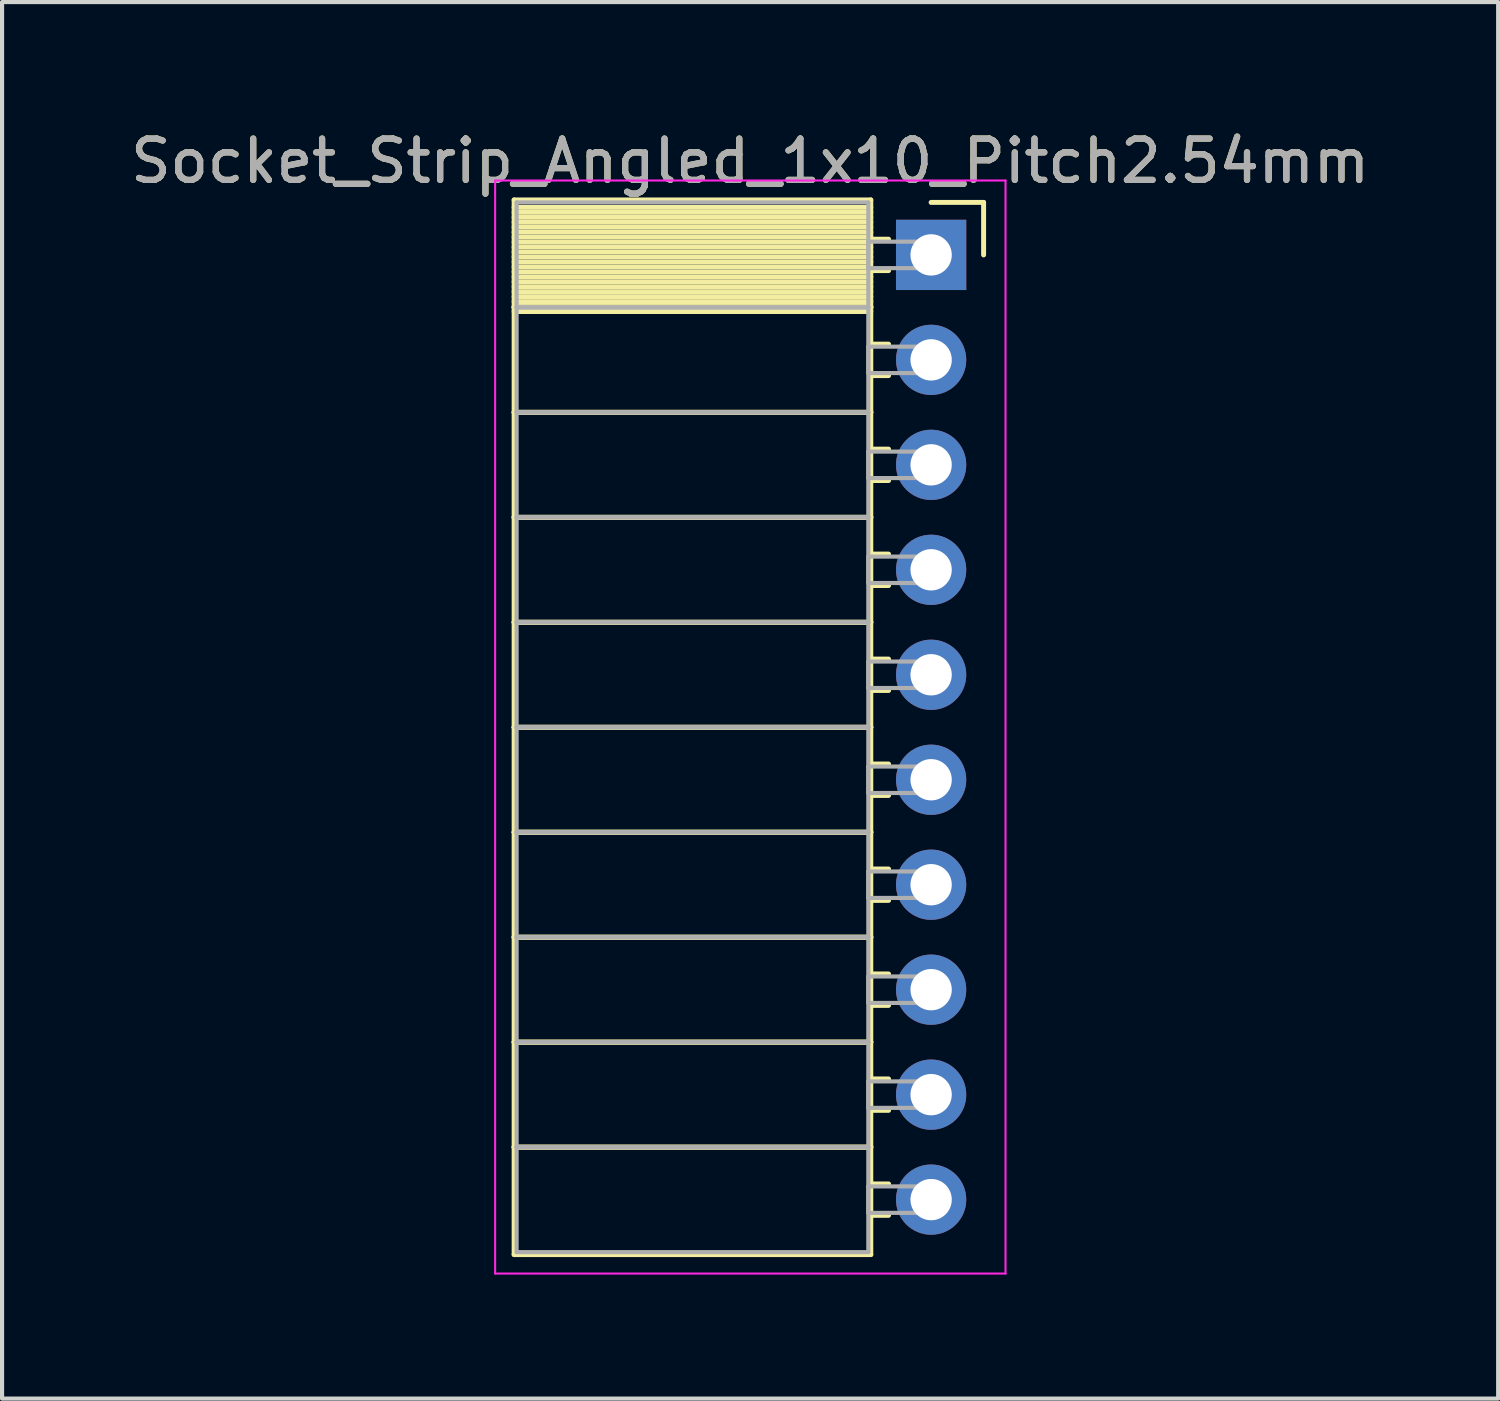
<source format=kicad_pcb>
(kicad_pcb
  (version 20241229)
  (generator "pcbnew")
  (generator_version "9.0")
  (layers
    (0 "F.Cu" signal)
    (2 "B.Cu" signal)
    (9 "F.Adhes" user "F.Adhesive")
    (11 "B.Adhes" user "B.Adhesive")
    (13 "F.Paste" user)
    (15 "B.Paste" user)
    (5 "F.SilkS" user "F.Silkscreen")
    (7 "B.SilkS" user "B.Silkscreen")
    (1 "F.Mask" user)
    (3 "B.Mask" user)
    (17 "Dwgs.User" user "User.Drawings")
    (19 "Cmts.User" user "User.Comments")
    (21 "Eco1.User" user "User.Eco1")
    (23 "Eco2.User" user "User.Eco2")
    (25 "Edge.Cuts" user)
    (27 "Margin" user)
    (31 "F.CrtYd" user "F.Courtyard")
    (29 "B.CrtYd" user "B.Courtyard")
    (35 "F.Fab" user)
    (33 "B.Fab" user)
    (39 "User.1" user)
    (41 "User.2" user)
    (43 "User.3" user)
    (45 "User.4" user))
  (footprint "Socket_Strip_Angled_1x10_Pitch2.54mm"
    (layer "F.Cu")
    (at 19.481 3.118)
    (property "Reference" "Socket_Strip_Angled_1x10_Pitch2.54mm" (at -4.38 -2.27 0) (layer "F.SilkS") (effects (font (size 1 1) (thickness 0.15))))
    (attr through_hole)
    (fp_line (start -10.09 -1.33) (end -1.46 -1.33) (stroke (width 0.12) (type solid)) (layer "F.SilkS"))
    (fp_line (start -10.09 1.27) (end -10.09 -1.33) (stroke (width 0.12) (type solid)) (layer "F.SilkS"))
    (fp_line (start -10.09 1.27) (end -1.46 1.27) (stroke (width 0.12) (type solid)) (layer "F.SilkS"))
    (fp_line (start -10.09 3.81) (end -10.09 1.27) (stroke (width 0.12) (type solid)) (layer "F.SilkS"))
    (fp_line (start -10.09 3.81) (end -1.46 3.81) (stroke (width 0.12) (type solid)) (layer "F.SilkS"))
    (fp_line (start -10.09 6.35) (end -10.09 3.81) (stroke (width 0.12) (type solid)) (layer "F.SilkS"))
    (fp_line (start -10.09 6.35) (end -1.46 6.35) (stroke (width 0.12) (type solid)) (layer "F.SilkS"))
    (fp_line (start -10.09 8.89) (end -10.09 6.35) (stroke (width 0.12) (type solid)) (layer "F.SilkS"))
    (fp_line (start -10.09 8.89) (end -1.46 8.89) (stroke (width 0.12) (type solid)) (layer "F.SilkS"))
    (fp_line (start -10.09 11.43) (end -10.09 8.89) (stroke (width 0.12) (type solid)) (layer "F.SilkS"))
    (fp_line (start -10.09 11.43) (end -1.46 11.43) (stroke (width 0.12) (type solid)) (layer "F.SilkS"))
    (fp_line (start -10.09 13.97) (end -10.09 11.43) (stroke (width 0.12) (type solid)) (layer "F.SilkS"))
    (fp_line (start -10.09 13.97) (end -1.46 13.97) (stroke (width 0.12) (type solid)) (layer "F.SilkS"))
    (fp_line (start -10.09 16.51) (end -10.09 13.97) (stroke (width 0.12) (type solid)) (layer "F.SilkS"))
    (fp_line (start -10.09 16.51) (end -1.46 16.51) (stroke (width 0.12) (type solid)) (layer "F.SilkS"))
    (fp_line (start -10.09 19.05) (end -10.09 16.51) (stroke (width 0.12) (type solid)) (layer "F.SilkS"))
    (fp_line (start -10.09 19.05) (end -1.46 19.05) (stroke (width 0.12) (type solid)) (layer "F.SilkS"))
    (fp_line (start -10.09 21.59) (end -10.09 19.05) (stroke (width 0.12) (type solid)) (layer "F.SilkS"))
    (fp_line (start -10.09 21.59) (end -1.46 21.59) (stroke (width 0.12) (type solid)) (layer "F.SilkS"))
    (fp_line (start -10.09 24.19) (end -10.09 21.59) (stroke (width 0.12) (type solid)) (layer "F.SilkS"))
    (fp_line (start -1.46 -1.33) (end -1.46 1.27) (stroke (width 0.12) (type solid)) (layer "F.SilkS"))
    (fp_line (start -1.46 -1.15) (end -10.09 -1.15) (stroke (width 0.12) (type solid)) (layer "F.SilkS"))
    (fp_line (start -1.46 -1.03) (end -10.09 -1.03) (stroke (width 0.12) (type solid)) (layer "F.SilkS"))
    (fp_line (start -1.46 -0.91) (end -10.09 -0.91) (stroke (width 0.12) (type solid)) (layer "F.SilkS"))
    (fp_line (start -1.46 -0.79) (end -10.09 -0.79) (stroke (width 0.12) (type solid)) (layer "F.SilkS"))
    (fp_line (start -1.46 -0.67) (end -10.09 -0.67) (stroke (width 0.12) (type solid)) (layer "F.SilkS"))
    (fp_line (start -1.46 -0.55) (end -10.09 -0.55) (stroke (width 0.12) (type solid)) (layer "F.SilkS"))
    (fp_line (start -1.46 -0.43) (end -10.09 -0.43) (stroke (width 0.12) (type solid)) (layer "F.SilkS"))
    (fp_line (start -1.46 -0.31) (end -10.09 -0.31) (stroke (width 0.12) (type solid)) (layer "F.SilkS"))
    (fp_line (start -1.46 -0.19) (end -10.09 -0.19) (stroke (width 0.12) (type solid)) (layer "F.SilkS"))
    (fp_line (start -1.46 -0.07) (end -10.09 -0.07) (stroke (width 0.12) (type solid)) (layer "F.SilkS"))
    (fp_line (start -1.46 0.05) (end -10.09 0.05) (stroke (width 0.12) (type solid)) (layer "F.SilkS"))
    (fp_line (start -1.46 0.17) (end -10.09 0.17) (stroke (width 0.12) (type solid)) (layer "F.SilkS"))
    (fp_line (start -1.46 0.29) (end -10.09 0.29) (stroke (width 0.12) (type solid)) (layer "F.SilkS"))
    (fp_line (start -1.46 0.41) (end -10.09 0.41) (stroke (width 0.12) (type solid)) (layer "F.SilkS"))
    (fp_line (start -1.46 0.53) (end -10.09 0.53) (stroke (width 0.12) (type solid)) (layer "F.SilkS"))
    (fp_line (start -1.46 0.65) (end -10.09 0.65) (stroke (width 0.12) (type solid)) (layer "F.SilkS"))
    (fp_line (start -1.46 0.77) (end -10.09 0.77) (stroke (width 0.12) (type solid)) (layer "F.SilkS"))
    (fp_line (start -1.46 0.89) (end -10.09 0.89) (stroke (width 0.12) (type solid)) (layer "F.SilkS"))
    (fp_line (start -1.46 1.01) (end -10.09 1.01) (stroke (width 0.12) (type solid)) (layer "F.SilkS"))
    (fp_line (start -1.46 1.13) (end -10.09 1.13) (stroke (width 0.12) (type solid)) (layer "F.SilkS"))
    (fp_line (start -1.46 1.25) (end -10.09 1.25) (stroke (width 0.12) (type solid)) (layer "F.SilkS"))
    (fp_line (start -1.46 1.27) (end -10.09 1.27) (stroke (width 0.12) (type solid)) (layer "F.SilkS"))
    (fp_line (start -1.46 1.27) (end -1.46 3.81) (stroke (width 0.12) (type solid)) (layer "F.SilkS"))
    (fp_line (start -1.46 1.37) (end -10.09 1.37) (stroke (width 0.12) (type solid)) (layer "F.SilkS"))
    (fp_line (start -1.46 3.81) (end -10.09 3.81) (stroke (width 0.12) (type solid)) (layer "F.SilkS"))
    (fp_line (start -1.46 3.81) (end -1.46 6.35) (stroke (width 0.12) (type solid)) (layer "F.SilkS"))
    (fp_line (start -1.46 6.35) (end -10.09 6.35) (stroke (width 0.12) (type solid)) (layer "F.SilkS"))
    (fp_line (start -1.46 6.35) (end -1.46 8.89) (stroke (width 0.12) (type solid)) (layer "F.SilkS"))
    (fp_line (start -1.46 8.89) (end -10.09 8.89) (stroke (width 0.12) (type solid)) (layer "F.SilkS"))
    (fp_line (start -1.46 8.89) (end -1.46 11.43) (stroke (width 0.12) (type solid)) (layer "F.SilkS"))
    (fp_line (start -1.46 11.43) (end -10.09 11.43) (stroke (width 0.12) (type solid)) (layer "F.SilkS"))
    (fp_line (start -1.46 11.43) (end -1.46 13.97) (stroke (width 0.12) (type solid)) (layer "F.SilkS"))
    (fp_line (start -1.46 13.97) (end -10.09 13.97) (stroke (width 0.12) (type solid)) (layer "F.SilkS"))
    (fp_line (start -1.46 13.97) (end -1.46 16.51) (stroke (width 0.12) (type solid)) (layer "F.SilkS"))
    (fp_line (start -1.46 16.51) (end -10.09 16.51) (stroke (width 0.12) (type solid)) (layer "F.SilkS"))
    (fp_line (start -1.46 16.51) (end -1.46 19.05) (stroke (width 0.12) (type solid)) (layer "F.SilkS"))
    (fp_line (start -1.46 19.05) (end -10.09 19.05) (stroke (width 0.12) (type solid)) (layer "F.SilkS"))
    (fp_line (start -1.46 19.05) (end -1.46 21.59) (stroke (width 0.12) (type solid)) (layer "F.SilkS"))
    (fp_line (start -1.46 21.59) (end -10.09 21.59) (stroke (width 0.12) (type solid)) (layer "F.SilkS"))
    (fp_line (start -1.46 21.59) (end -1.46 24.19) (stroke (width 0.12) (type solid)) (layer "F.SilkS"))
    (fp_line (start -1.46 24.19) (end -10.09 24.19) (stroke (width 0.12) (type solid)) (layer "F.SilkS"))
    (fp_line (start -1.03 -0.38) (end -1.46 -0.38) (stroke (width 0.12) (type solid)) (layer "F.SilkS"))
    (fp_line (start -1.03 0.38) (end -1.46 0.38) (stroke (width 0.12) (type solid)) (layer "F.SilkS"))
    (fp_line (start -1.03 2.16) (end -1.46 2.16) (stroke (width 0.12) (type solid)) (layer "F.SilkS"))
    (fp_line (start -1.03 2.92) (end -1.46 2.92) (stroke (width 0.12) (type solid)) (layer "F.SilkS"))
    (fp_line (start -1.03 4.7) (end -1.46 4.7) (stroke (width 0.12) (type solid)) (layer "F.SilkS"))
    (fp_line (start -1.03 5.46) (end -1.46 5.46) (stroke (width 0.12) (type solid)) (layer "F.SilkS"))
    (fp_line (start -1.03 7.24) (end -1.46 7.24) (stroke (width 0.12) (type solid)) (layer "F.SilkS"))
    (fp_line (start -1.03 8) (end -1.46 8) (stroke (width 0.12) (type solid)) (layer "F.SilkS"))
    (fp_line (start -1.03 9.78) (end -1.46 9.78) (stroke (width 0.12) (type solid)) (layer "F.SilkS"))
    (fp_line (start -1.03 10.54) (end -1.46 10.54) (stroke (width 0.12) (type solid)) (layer "F.SilkS"))
    (fp_line (start -1.03 12.32) (end -1.46 12.32) (stroke (width 0.12) (type solid)) (layer "F.SilkS"))
    (fp_line (start -1.03 13.08) (end -1.46 13.08) (stroke (width 0.12) (type solid)) (layer "F.SilkS"))
    (fp_line (start -1.03 14.86) (end -1.46 14.86) (stroke (width 0.12) (type solid)) (layer "F.SilkS"))
    (fp_line (start -1.03 15.62) (end -1.46 15.62) (stroke (width 0.12) (type solid)) (layer "F.SilkS"))
    (fp_line (start -1.03 17.4) (end -1.46 17.4) (stroke (width 0.12) (type solid)) (layer "F.SilkS"))
    (fp_line (start -1.03 18.16) (end -1.46 18.16) (stroke (width 0.12) (type solid)) (layer "F.SilkS"))
    (fp_line (start -1.03 19.94) (end -1.46 19.94) (stroke (width 0.12) (type solid)) (layer "F.SilkS"))
    (fp_line (start -1.03 20.7) (end -1.46 20.7) (stroke (width 0.12) (type solid)) (layer "F.SilkS"))
    (fp_line (start -1.03 22.48) (end -1.46 22.48) (stroke (width 0.12) (type solid)) (layer "F.SilkS"))
    (fp_line (start -1.03 23.24) (end -1.46 23.24) (stroke (width 0.12) (type solid)) (layer "F.SilkS"))
    (fp_line (start 0 -1.27) (end 1.27 -1.27) (stroke (width 0.12) (type solid)) (layer "F.SilkS"))
    (fp_line (start 1.27 -1.27) (end 1.27 0) (stroke (width 0.12) (type solid)) (layer "F.SilkS"))
    (fp_line (start -10.55 -1.8) (end 1.8 -1.8) (stroke (width 0.05) (type solid)) (layer "F.CrtYd"))
    (fp_line (start -10.55 24.65) (end -10.55 -1.8) (stroke (width 0.05) (type solid)) (layer "F.CrtYd"))
    (fp_line (start 1.8 -1.8) (end 1.8 24.65) (stroke (width 0.05) (type solid)) (layer "F.CrtYd"))
    (fp_line (start 1.8 24.65) (end -10.55 24.65) (stroke (width 0.05) (type solid)) (layer "F.CrtYd"))
    (fp_line (start -10.03 -1.27) (end -1.52 -1.27) (stroke (width 0.1) (type solid)) (layer "F.Fab"))
    (fp_line (start -10.03 1.27) (end -10.03 -1.27) (stroke (width 0.1) (type solid)) (layer "F.Fab"))
    (fp_line (start -10.03 1.27) (end -1.52 1.27) (stroke (width 0.1) (type solid)) (layer "F.Fab"))
    (fp_line (start -10.03 3.81) (end -10.03 1.27) (stroke (width 0.1) (type solid)) (layer "F.Fab"))
    (fp_line (start -10.03 3.81) (end -1.52 3.81) (stroke (width 0.1) (type solid)) (layer "F.Fab"))
    (fp_line (start -10.03 6.35) (end -10.03 3.81) (stroke (width 0.1) (type solid)) (layer "F.Fab"))
    (fp_line (start -10.03 6.35) (end -1.52 6.35) (stroke (width 0.1) (type solid)) (layer "F.Fab"))
    (fp_line (start -10.03 8.89) (end -10.03 6.35) (stroke (width 0.1) (type solid)) (layer "F.Fab"))
    (fp_line (start -10.03 8.89) (end -1.52 8.89) (stroke (width 0.1) (type solid)) (layer "F.Fab"))
    (fp_line (start -10.03 11.43) (end -10.03 8.89) (stroke (width 0.1) (type solid)) (layer "F.Fab"))
    (fp_line (start -10.03 11.43) (end -1.52 11.43) (stroke (width 0.1) (type solid)) (layer "F.Fab"))
    (fp_line (start -10.03 13.97) (end -10.03 11.43) (stroke (width 0.1) (type solid)) (layer "F.Fab"))
    (fp_line (start -10.03 13.97) (end -1.52 13.97) (stroke (width 0.1) (type solid)) (layer "F.Fab"))
    (fp_line (start -10.03 16.51) (end -10.03 13.97) (stroke (width 0.1) (type solid)) (layer "F.Fab"))
    (fp_line (start -10.03 16.51) (end -1.52 16.51) (stroke (width 0.1) (type solid)) (layer "F.Fab"))
    (fp_line (start -10.03 19.05) (end -10.03 16.51) (stroke (width 0.1) (type solid)) (layer "F.Fab"))
    (fp_line (start -10.03 19.05) (end -1.52 19.05) (stroke (width 0.1) (type solid)) (layer "F.Fab"))
    (fp_line (start -10.03 21.59) (end -10.03 19.05) (stroke (width 0.1) (type solid)) (layer "F.Fab"))
    (fp_line (start -10.03 21.59) (end -1.52 21.59) (stroke (width 0.1) (type solid)) (layer "F.Fab"))
    (fp_line (start -10.03 24.13) (end -10.03 21.59) (stroke (width 0.1) (type solid)) (layer "F.Fab"))
    (fp_line (start -1.52 -1.27) (end -1.52 1.27) (stroke (width 0.1) (type solid)) (layer "F.Fab"))
    (fp_line (start -1.52 -0.32) (end 0 -0.32) (stroke (width 0.1) (type solid)) (layer "F.Fab"))
    (fp_line (start -1.52 0.32) (end -1.52 -0.32) (stroke (width 0.1) (type solid)) (layer "F.Fab"))
    (fp_line (start -1.52 1.27) (end -10.03 1.27) (stroke (width 0.1) (type solid)) (layer "F.Fab"))
    (fp_line (start -1.52 1.27) (end -1.52 3.81) (stroke (width 0.1) (type solid)) (layer "F.Fab"))
    (fp_line (start -1.52 2.22) (end 0 2.22) (stroke (width 0.1) (type solid)) (layer "F.Fab"))
    (fp_line (start -1.52 2.86) (end -1.52 2.22) (stroke (width 0.1) (type solid)) (layer "F.Fab"))
    (fp_line (start -1.52 3.81) (end -10.03 3.81) (stroke (width 0.1) (type solid)) (layer "F.Fab"))
    (fp_line (start -1.52 3.81) (end -1.52 6.35) (stroke (width 0.1) (type solid)) (layer "F.Fab"))
    (fp_line (start -1.52 4.76) (end 0 4.76) (stroke (width 0.1) (type solid)) (layer "F.Fab"))
    (fp_line (start -1.52 5.4) (end -1.52 4.76) (stroke (width 0.1) (type solid)) (layer "F.Fab"))
    (fp_line (start -1.52 6.35) (end -10.03 6.35) (stroke (width 0.1) (type solid)) (layer "F.Fab"))
    (fp_line (start -1.52 6.35) (end -1.52 8.89) (stroke (width 0.1) (type solid)) (layer "F.Fab"))
    (fp_line (start -1.52 7.3) (end 0 7.3) (stroke (width 0.1) (type solid)) (layer "F.Fab"))
    (fp_line (start -1.52 7.94) (end -1.52 7.3) (stroke (width 0.1) (type solid)) (layer "F.Fab"))
    (fp_line (start -1.52 8.89) (end -10.03 8.89) (stroke (width 0.1) (type solid)) (layer "F.Fab"))
    (fp_line (start -1.52 8.89) (end -1.52 11.43) (stroke (width 0.1) (type solid)) (layer "F.Fab"))
    (fp_line (start -1.52 9.84) (end 0 9.84) (stroke (width 0.1) (type solid)) (layer "F.Fab"))
    (fp_line (start -1.52 10.48) (end -1.52 9.84) (stroke (width 0.1) (type solid)) (layer "F.Fab"))
    (fp_line (start -1.52 11.43) (end -10.03 11.43) (stroke (width 0.1) (type solid)) (layer "F.Fab"))
    (fp_line (start -1.52 11.43) (end -1.52 13.97) (stroke (width 0.1) (type solid)) (layer "F.Fab"))
    (fp_line (start -1.52 12.38) (end 0 12.38) (stroke (width 0.1) (type solid)) (layer "F.Fab"))
    (fp_line (start -1.52 13.02) (end -1.52 12.38) (stroke (width 0.1) (type solid)) (layer "F.Fab"))
    (fp_line (start -1.52 13.97) (end -10.03 13.97) (stroke (width 0.1) (type solid)) (layer "F.Fab"))
    (fp_line (start -1.52 13.97) (end -1.52 16.51) (stroke (width 0.1) (type solid)) (layer "F.Fab"))
    (fp_line (start -1.52 14.92) (end 0 14.92) (stroke (width 0.1) (type solid)) (layer "F.Fab"))
    (fp_line (start -1.52 15.56) (end -1.52 14.92) (stroke (width 0.1) (type solid)) (layer "F.Fab"))
    (fp_line (start -1.52 16.51) (end -10.03 16.51) (stroke (width 0.1) (type solid)) (layer "F.Fab"))
    (fp_line (start -1.52 16.51) (end -1.52 19.05) (stroke (width 0.1) (type solid)) (layer "F.Fab"))
    (fp_line (start -1.52 17.46) (end 0 17.46) (stroke (width 0.1) (type solid)) (layer "F.Fab"))
    (fp_line (start -1.52 18.1) (end -1.52 17.46) (stroke (width 0.1) (type solid)) (layer "F.Fab"))
    (fp_line (start -1.52 19.05) (end -10.03 19.05) (stroke (width 0.1) (type solid)) (layer "F.Fab"))
    (fp_line (start -1.52 19.05) (end -1.52 21.59) (stroke (width 0.1) (type solid)) (layer "F.Fab"))
    (fp_line (start -1.52 20) (end 0 20) (stroke (width 0.1) (type solid)) (layer "F.Fab"))
    (fp_line (start -1.52 20.64) (end -1.52 20) (stroke (width 0.1) (type solid)) (layer "F.Fab"))
    (fp_line (start -1.52 21.59) (end -10.03 21.59) (stroke (width 0.1) (type solid)) (layer "F.Fab"))
    (fp_line (start -1.52 21.59) (end -1.52 24.13) (stroke (width 0.1) (type solid)) (layer "F.Fab"))
    (fp_line (start -1.52 22.54) (end 0 22.54) (stroke (width 0.1) (type solid)) (layer "F.Fab"))
    (fp_line (start -1.52 23.18) (end -1.52 22.54) (stroke (width 0.1) (type solid)) (layer "F.Fab"))
    (fp_line (start -1.52 24.13) (end -10.03 24.13) (stroke (width 0.1) (type solid)) (layer "F.Fab"))
    (fp_line (start 0 -0.32) (end 0 0.32) (stroke (width 0.1) (type solid)) (layer "F.Fab"))
    (fp_line (start 0 0.32) (end -1.52 0.32) (stroke (width 0.1) (type solid)) (layer "F.Fab"))
    (fp_line (start 0 2.22) (end 0 2.86) (stroke (width 0.1) (type solid)) (layer "F.Fab"))
    (fp_line (start 0 2.86) (end -1.52 2.86) (stroke (width 0.1) (type solid)) (layer "F.Fab"))
    (fp_line (start 0 4.76) (end 0 5.4) (stroke (width 0.1) (type solid)) (layer "F.Fab"))
    (fp_line (start 0 5.4) (end -1.52 5.4) (stroke (width 0.1) (type solid)) (layer "F.Fab"))
    (fp_line (start 0 7.3) (end 0 7.94) (stroke (width 0.1) (type solid)) (layer "F.Fab"))
    (fp_line (start 0 7.94) (end -1.52 7.94) (stroke (width 0.1) (type solid)) (layer "F.Fab"))
    (fp_line (start 0 9.84) (end 0 10.48) (stroke (width 0.1) (type solid)) (layer "F.Fab"))
    (fp_line (start 0 10.48) (end -1.52 10.48) (stroke (width 0.1) (type solid)) (layer "F.Fab"))
    (fp_line (start 0 12.38) (end 0 13.02) (stroke (width 0.1) (type solid)) (layer "F.Fab"))
    (fp_line (start 0 13.02) (end -1.52 13.02) (stroke (width 0.1) (type solid)) (layer "F.Fab"))
    (fp_line (start 0 14.92) (end 0 15.56) (stroke (width 0.1) (type solid)) (layer "F.Fab"))
    (fp_line (start 0 15.56) (end -1.52 15.56) (stroke (width 0.1) (type solid)) (layer "F.Fab"))
    (fp_line (start 0 17.46) (end 0 18.1) (stroke (width 0.1) (type solid)) (layer "F.Fab"))
    (fp_line (start 0 18.1) (end -1.52 18.1) (stroke (width 0.1) (type solid)) (layer "F.Fab"))
    (fp_line (start 0 20) (end 0 20.64) (stroke (width 0.1) (type solid)) (layer "F.Fab"))
    (fp_line (start 0 20.64) (end -1.52 20.64) (stroke (width 0.1) (type solid)) (layer "F.Fab"))
    (fp_line (start 0 22.54) (end 0 23.18) (stroke (width 0.1) (type solid)) (layer "F.Fab"))
    (fp_line (start 0 23.18) (end -1.52 23.18) (stroke (width 0.1) (type solid)) (layer "F.Fab"))
    (fp_text user "${REFERENCE}" (at -4.38 -2.27 0) (layer "F.Fab") (effects (font (size 1 1) (thickness 0.15))))
    (pad "1" thru_hole rect (at 0 0) (size 1.7 1.7) (drill 1) (layers "*.Cu" "*.Mask"))
    (pad "2" thru_hole oval (at 0 2.54) (size 1.7 1.7) (drill 1) (layers "*.Cu" "*.Mask"))
    (pad "3" thru_hole oval (at 0 5.08) (size 1.7 1.7) (drill 1) (layers "*.Cu" "*.Mask"))
    (pad "4" thru_hole oval (at 0 7.62) (size 1.7 1.7) (drill 1) (layers "*.Cu" "*.Mask"))
    (pad "5" thru_hole oval (at 0 10.16) (size 1.7 1.7) (drill 1) (layers "*.Cu" "*.Mask"))
    (pad "6" thru_hole oval (at 0 12.7) (size 1.7 1.7) (drill 1) (layers "*.Cu" "*.Mask"))
    (pad "7" thru_hole oval (at 0 15.24) (size 1.7 1.7) (drill 1) (layers "*.Cu" "*.Mask"))
    (pad "8" thru_hole oval (at 0 17.78) (size 1.7 1.7) (drill 1) (layers "*.Cu" "*.Mask"))
    (pad "9" thru_hole oval (at 0 20.32) (size 1.7 1.7) (drill 1) (layers "*.Cu" "*.Mask"))
    (pad "10" thru_hole oval (at 0 22.86) (size 1.7 1.7) (drill 1) (layers "*.Cu" "*.Mask")))
  (gr_rect
    (start -3 -3)
    (end 33.202 30.793)
    (stroke (width 0.1) (type default))
    (fill no)
    (layer "Edge.Cuts")))
</source>
